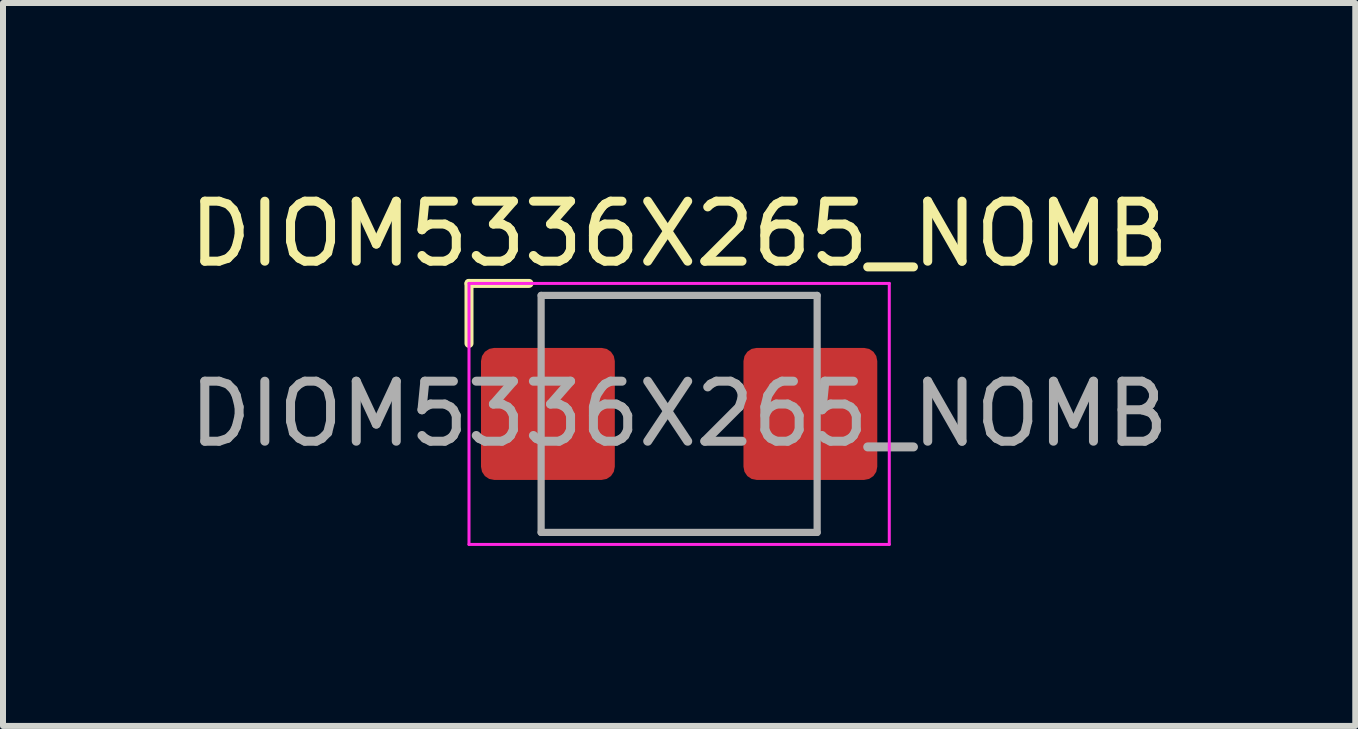
<source format=kicad_pcb>
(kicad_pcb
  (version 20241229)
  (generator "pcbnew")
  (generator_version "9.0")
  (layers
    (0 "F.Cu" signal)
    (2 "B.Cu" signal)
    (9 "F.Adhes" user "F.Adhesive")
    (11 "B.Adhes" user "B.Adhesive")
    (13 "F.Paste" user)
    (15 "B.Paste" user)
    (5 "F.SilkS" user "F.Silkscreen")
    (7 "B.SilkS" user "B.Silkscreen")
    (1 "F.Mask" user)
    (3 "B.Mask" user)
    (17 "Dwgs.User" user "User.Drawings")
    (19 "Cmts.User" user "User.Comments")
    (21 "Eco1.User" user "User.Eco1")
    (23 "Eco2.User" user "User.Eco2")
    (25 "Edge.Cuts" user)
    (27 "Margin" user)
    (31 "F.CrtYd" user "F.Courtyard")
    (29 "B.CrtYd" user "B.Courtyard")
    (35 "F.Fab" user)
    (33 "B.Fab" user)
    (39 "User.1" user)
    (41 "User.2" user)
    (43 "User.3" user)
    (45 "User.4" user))
  (footprint "DIOM5336X265_NOMB"
    (layer "F.Cu")
    (at 8.268 3.848)
    (property "Reference" "DIOM5336X265_NOMB" (at 0 -3 0) (unlocked yes) (layer "F.SilkS") (effects (font (size 1 1) (thickness 0.15))))
    (attr smd)
    (fp_line (start -3.502 -2.175) (end -3.502 -1.175) (stroke (width 0.15) (type solid)) (layer "F.SilkS"))
    (fp_line (start -3.502 -2.175) (end -2.502 -2.175) (stroke (width 0.15) (type solid)) (layer "F.SilkS"))
    (fp_line (start -3.502 -2.175) (end 3.502 -2.175) (stroke (width 0.05) (type solid)) (layer "F.CrtYd"))
    (fp_line (start -3.502 2.175) (end -3.502 -2.175) (stroke (width 0.05) (type solid)) (layer "F.CrtYd"))
    (fp_line (start -3.502 2.175) (end 3.502 2.175) (stroke (width 0.05) (type solid)) (layer "F.CrtYd"))
    (fp_line (start 3.502 -2.175) (end 3.502 2.175) (stroke (width 0.05) (type solid)) (layer "F.CrtYd"))
    (fp_line (start -2.3 -1.975) (end -2.3 1.975) (stroke (width 0.12) (type solid)) (layer "F.Fab"))
    (fp_line (start -2.3 1.975) (end 2.3 1.975) (stroke (width 0.12) (type solid)) (layer "F.Fab"))
    (fp_line (start 2.3 -1.975) (end -2.3 -1.975) (stroke (width 0.12) (type solid)) (layer "F.Fab"))
    (fp_line (start 2.3 1.975) (end 2.3 -1.975) (stroke (width 0.12) (type solid)) (layer "F.Fab"))
    (fp_text user "${REFERENCE}" (at 0 0 0) (unlocked yes) (layer "F.Fab") (effects (font (size 1 1) (thickness 0.15))))
    (pad "A" smd roundrect (at 2.187 0) (size 2.23 2.2) (layers "F.Cu" "F.Mask" "F.Paste") (roundrect_rratio 0.1))
    (pad "K" smd roundrect (at -2.187 0) (size 2.23 2.2) (layers "F.Cu" "F.Mask" "F.Paste") (roundrect_rratio 0.1)))
  (gr_rect
    (start -3 -3)
    (end 19.536 9.048)
    (stroke (width 0.1) (type default))
    (fill no)
    (layer "Edge.Cuts")))
</source>
